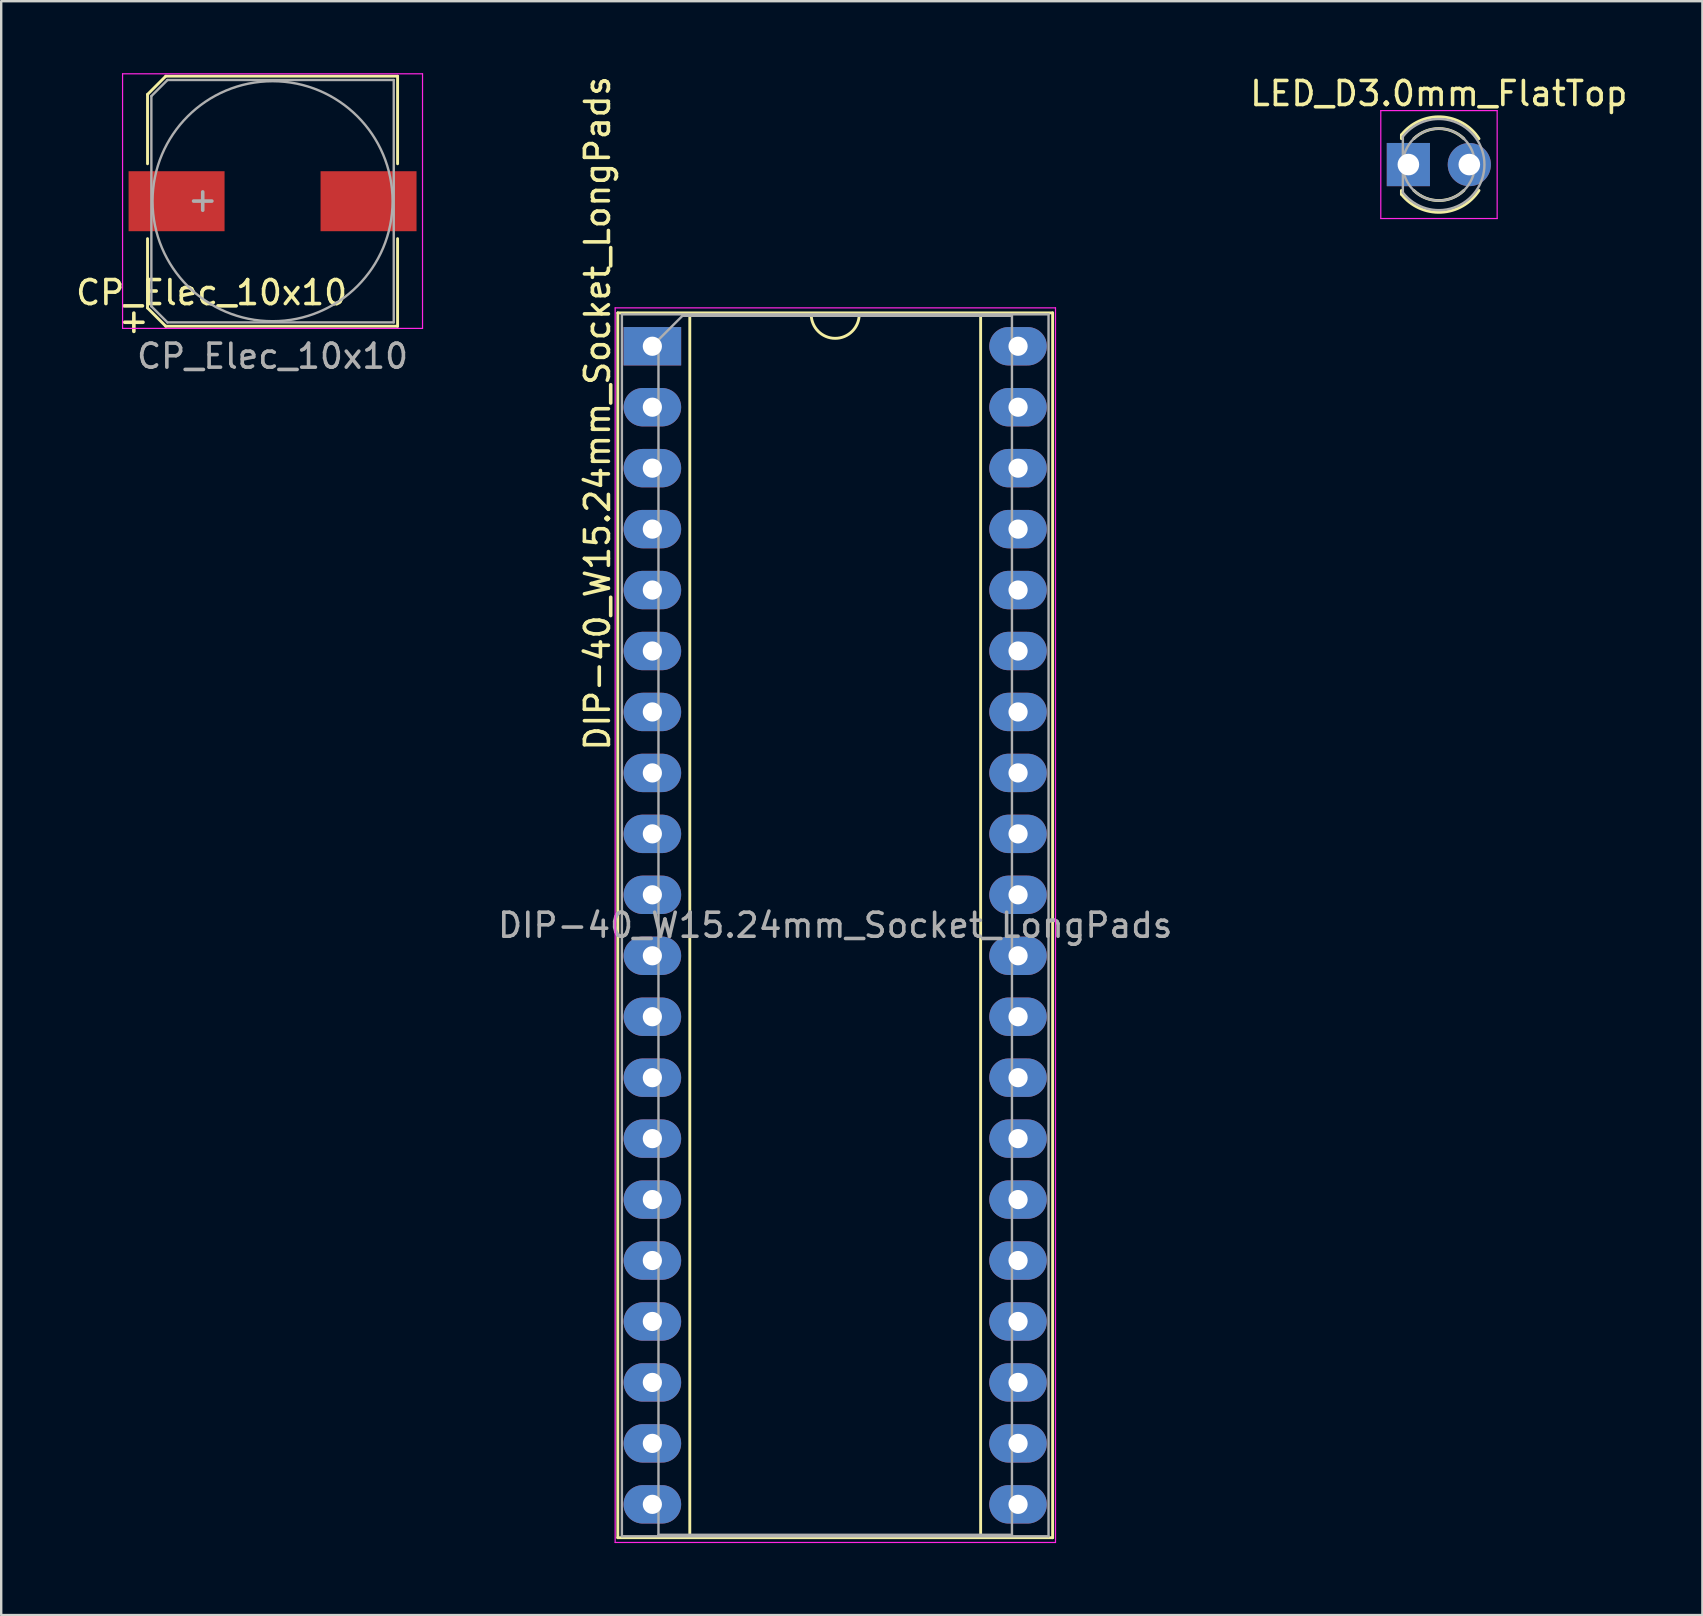
<source format=kicad_pcb>
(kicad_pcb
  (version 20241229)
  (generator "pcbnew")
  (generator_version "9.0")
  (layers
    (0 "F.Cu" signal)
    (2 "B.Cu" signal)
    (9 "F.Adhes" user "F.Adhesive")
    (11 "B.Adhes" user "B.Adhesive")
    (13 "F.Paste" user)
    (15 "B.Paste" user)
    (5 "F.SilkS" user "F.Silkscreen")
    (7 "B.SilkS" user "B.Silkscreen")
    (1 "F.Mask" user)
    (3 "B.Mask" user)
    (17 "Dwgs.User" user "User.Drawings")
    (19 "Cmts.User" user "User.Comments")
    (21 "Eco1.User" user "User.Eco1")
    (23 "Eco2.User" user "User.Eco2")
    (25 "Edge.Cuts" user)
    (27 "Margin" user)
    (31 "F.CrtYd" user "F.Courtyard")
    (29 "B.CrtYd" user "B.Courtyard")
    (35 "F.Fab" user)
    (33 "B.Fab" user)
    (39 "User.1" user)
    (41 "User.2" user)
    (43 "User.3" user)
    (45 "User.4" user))
  (footprint "DIP-40_W15.24mm_Socket_LongPads"
    (layer "F.Cu")
    (at 24.135 11.379)
    (property "Reference" "DIP-40_W15.24mm_Socket_LongPads" (at -2.286 2.794 90) (layer "F.SilkS") (effects (font (size 1 1) (thickness 0.15))))
    (attr through_hole)
    (fp_line (start -1.44 -1.39) (end -1.44 49.65) (stroke (width 0.12) (type solid)) (layer "F.SilkS"))
    (fp_line (start -1.44 49.65) (end 16.68 49.65) (stroke (width 0.12) (type solid)) (layer "F.SilkS"))
    (fp_line (start 1.56 -1.33) (end 1.56 49.59) (stroke (width 0.12) (type solid)) (layer "F.SilkS"))
    (fp_line (start 1.56 49.59) (end 13.68 49.59) (stroke (width 0.12) (type solid)) (layer "F.SilkS"))
    (fp_line (start 6.62 -1.33) (end 1.56 -1.33) (stroke (width 0.12) (type solid)) (layer "F.SilkS"))
    (fp_line (start 13.68 -1.33) (end 8.62 -1.33) (stroke (width 0.12) (type solid)) (layer "F.SilkS"))
    (fp_line (start 13.68 49.59) (end 13.68 -1.33) (stroke (width 0.12) (type solid)) (layer "F.SilkS"))
    (fp_line (start 16.68 -1.39) (end -1.44 -1.39) (stroke (width 0.12) (type solid)) (layer "F.SilkS"))
    (fp_line (start 16.68 49.65) (end 16.68 -1.39) (stroke (width 0.12) (type solid)) (layer "F.SilkS"))
    (fp_arc (start 8.62 -1.33) (mid 7.62 -0.33) (end 6.62 -1.33) (stroke (width 0.12) (type solid)) (layer "F.SilkS"))
    (fp_line (start -1.55 -1.6) (end -1.55 49.85) (stroke (width 0.05) (type solid)) (layer "F.CrtYd"))
    (fp_line (start -1.55 49.85) (end 16.8 49.85) (stroke (width 0.05) (type solid)) (layer "F.CrtYd"))
    (fp_line (start 16.8 -1.6) (end -1.55 -1.6) (stroke (width 0.05) (type solid)) (layer "F.CrtYd"))
    (fp_line (start 16.8 49.85) (end 16.8 -1.6) (stroke (width 0.05) (type solid)) (layer "F.CrtYd"))
    (fp_line (start -1.27 -1.33) (end -1.27 49.59) (stroke (width 0.1) (type solid)) (layer "F.Fab"))
    (fp_line (start -1.27 49.59) (end 16.51 49.59) (stroke (width 0.1) (type solid)) (layer "F.Fab"))
    (fp_line (start 0.255 -0.27) (end 1.255 -1.27) (stroke (width 0.1) (type solid)) (layer "F.Fab"))
    (fp_line (start 0.255 49.53) (end 0.255 -0.27) (stroke (width 0.1) (type solid)) (layer "F.Fab"))
    (fp_line (start 1.255 -1.27) (end 14.985 -1.27) (stroke (width 0.1) (type solid)) (layer "F.Fab"))
    (fp_line (start 14.985 -1.27) (end 14.985 49.53) (stroke (width 0.1) (type solid)) (layer "F.Fab"))
    (fp_line (start 14.985 49.53) (end 0.255 49.53) (stroke (width 0.1) (type solid)) (layer "F.Fab"))
    (fp_line (start 16.51 -1.33) (end -1.27 -1.33) (stroke (width 0.1) (type solid)) (layer "F.Fab"))
    (fp_line (start 16.51 49.59) (end 16.51 -1.33) (stroke (width 0.1) (type solid)) (layer "F.Fab"))
    (fp_text user "${REFERENCE}" (at 7.62 24.13 0) (layer "F.Fab") (effects (font (size 1 1) (thickness 0.15))))
    (pad "1" thru_hole rect (at 0 0) (size 2.4 1.6) (drill 0.8) (layers "*.Cu" "*.Mask"))
    (pad "2" thru_hole oval (at 0 2.54) (size 2.4 1.6) (drill 0.8) (layers "*.Cu" "*.Mask"))
    (pad "3" thru_hole oval (at 0 5.08) (size 2.4 1.6) (drill 0.8) (layers "*.Cu" "*.Mask"))
    (pad "4" thru_hole oval (at 0 7.62) (size 2.4 1.6) (drill 0.8) (layers "*.Cu" "*.Mask"))
    (pad "5" thru_hole oval (at 0 10.16) (size 2.4 1.6) (drill 0.8) (layers "*.Cu" "*.Mask"))
    (pad "6" thru_hole oval (at 0 12.7) (size 2.4 1.6) (drill 0.8) (layers "*.Cu" "*.Mask"))
    (pad "7" thru_hole oval (at 0 15.24) (size 2.4 1.6) (drill 0.8) (layers "*.Cu" "*.Mask"))
    (pad "8" thru_hole oval (at 0 17.78) (size 2.4 1.6) (drill 0.8) (layers "*.Cu" "*.Mask"))
    (pad "9" thru_hole oval (at 0 20.32) (size 2.4 1.6) (drill 0.8) (layers "*.Cu" "*.Mask"))
    (pad "10" thru_hole oval (at 0 22.86) (size 2.4 1.6) (drill 0.8) (layers "*.Cu" "*.Mask"))
    (pad "11" thru_hole oval (at 0 25.4) (size 2.4 1.6) (drill 0.8) (layers "*.Cu" "*.Mask"))
    (pad "12" thru_hole oval (at 0 27.94) (size 2.4 1.6) (drill 0.8) (layers "*.Cu" "*.Mask"))
    (pad "13" thru_hole oval (at 0 30.48) (size 2.4 1.6) (drill 0.8) (layers "*.Cu" "*.Mask"))
    (pad "14" thru_hole oval (at 0 33.02) (size 2.4 1.6) (drill 0.8) (layers "*.Cu" "*.Mask"))
    (pad "15" thru_hole oval (at 0 35.56) (size 2.4 1.6) (drill 0.8) (layers "*.Cu" "*.Mask"))
    (pad "16" thru_hole oval (at 0 38.1) (size 2.4 1.6) (drill 0.8) (layers "*.Cu" "*.Mask"))
    (pad "17" thru_hole oval (at 0 40.64) (size 2.4 1.6) (drill 0.8) (layers "*.Cu" "*.Mask"))
    (pad "18" thru_hole oval (at 0 43.18) (size 2.4 1.6) (drill 0.8) (layers "*.Cu" "*.Mask"))
    (pad "19" thru_hole oval (at 0 45.72) (size 2.4 1.6) (drill 0.8) (layers "*.Cu" "*.Mask"))
    (pad "20" thru_hole oval (at 0 48.26) (size 2.4 1.6) (drill 0.8) (layers "*.Cu" "*.Mask"))
    (pad "21" thru_hole oval (at 15.24 48.26) (size 2.4 1.6) (drill 0.8) (layers "*.Cu" "*.Mask"))
    (pad "22" thru_hole oval (at 15.24 45.72) (size 2.4 1.6) (drill 0.8) (layers "*.Cu" "*.Mask"))
    (pad "23" thru_hole oval (at 15.24 43.18) (size 2.4 1.6) (drill 0.8) (layers "*.Cu" "*.Mask"))
    (pad "24" thru_hole oval (at 15.24 40.64) (size 2.4 1.6) (drill 0.8) (layers "*.Cu" "*.Mask"))
    (pad "25" thru_hole oval (at 15.24 38.1) (size 2.4 1.6) (drill 0.8) (layers "*.Cu" "*.Mask"))
    (pad "26" thru_hole oval (at 15.24 35.56) (size 2.4 1.6) (drill 0.8) (layers "*.Cu" "*.Mask"))
    (pad "27" thru_hole oval (at 15.24 33.02) (size 2.4 1.6) (drill 0.8) (layers "*.Cu" "*.Mask"))
    (pad "28" thru_hole oval (at 15.24 30.48) (size 2.4 1.6) (drill 0.8) (layers "*.Cu" "*.Mask"))
    (pad "29" thru_hole oval (at 15.24 27.94) (size 2.4 1.6) (drill 0.8) (layers "*.Cu" "*.Mask"))
    (pad "30" thru_hole oval (at 15.24 25.4) (size 2.4 1.6) (drill 0.8) (layers "*.Cu" "*.Mask"))
    (pad "31" thru_hole oval (at 15.24 22.86) (size 2.4 1.6) (drill 0.8) (layers "*.Cu" "*.Mask"))
    (pad "32" thru_hole oval (at 15.24 20.32) (size 2.4 1.6) (drill 0.8) (layers "*.Cu" "*.Mask"))
    (pad "33" thru_hole oval (at 15.24 17.78) (size 2.4 1.6) (drill 0.8) (layers "*.Cu" "*.Mask"))
    (pad "34" thru_hole oval (at 15.24 15.24) (size 2.4 1.6) (drill 0.8) (layers "*.Cu" "*.Mask"))
    (pad "35" thru_hole oval (at 15.24 12.7) (size 2.4 1.6) (drill 0.8) (layers "*.Cu" "*.Mask"))
    (pad "36" thru_hole oval (at 15.24 10.16) (size 2.4 1.6) (drill 0.8) (layers "*.Cu" "*.Mask"))
    (pad "37" thru_hole oval (at 15.24 7.62) (size 2.4 1.6) (drill 0.8) (layers "*.Cu" "*.Mask"))
    (pad "38" thru_hole oval (at 15.24 5.08) (size 2.4 1.6) (drill 0.8) (layers "*.Cu" "*.Mask"))
    (pad "39" thru_hole oval (at 15.24 2.54) (size 2.4 1.6) (drill 0.8) (layers "*.Cu" "*.Mask"))
    (pad "40" thru_hole oval (at 15.24 0) (size 2.4 1.6) (drill 0.8) (layers "*.Cu" "*.Mask")))
  (footprint "CP_Elec_10x10"
    (layer "F.Cu")
    (at 8.308 5.335)
    (property "Reference" "CP_Elec_10x10" (at -2.54 3.81 0) (layer "F.SilkS") (effects (font (size 1 1) (thickness 0.15))))
    (attr smd)
    (fp_line (start -5.21 -4.45) (end -5.21 -1.56) (stroke (width 0.12) (type solid)) (layer "F.SilkS"))
    (fp_line (start -5.21 -4.45) (end -4.45 -5.21) (stroke (width 0.12) (type solid)) (layer "F.SilkS"))
    (fp_line (start -5.21 4.45) (end -5.21 1.56) (stroke (width 0.12) (type solid)) (layer "F.SilkS"))
    (fp_line (start -4.45 -5.21) (end 5.21 -5.21) (stroke (width 0.12) (type solid)) (layer "F.SilkS"))
    (fp_line (start -4.45 5.21) (end -5.21 4.45) (stroke (width 0.12) (type solid)) (layer "F.SilkS"))
    (fp_line (start 5.21 -5.21) (end 5.21 -1.56) (stroke (width 0.12) (type solid)) (layer "F.SilkS"))
    (fp_line (start 5.21 5.21) (end -4.45 5.21) (stroke (width 0.12) (type solid)) (layer "F.SilkS"))
    (fp_line (start 5.21 5.21) (end 5.21 1.56) (stroke (width 0.12) (type solid)) (layer "F.SilkS"))
    (fp_line (start -6.25 -5.31) (end -6.25 5.3) (stroke (width 0.05) (type solid)) (layer "F.CrtYd"))
    (fp_line (start -6.25 -5.31) (end 6.25 -5.31) (stroke (width 0.05) (type solid)) (layer "F.CrtYd"))
    (fp_line (start 6.25 5.3) (end -6.25 5.3) (stroke (width 0.05) (type solid)) (layer "F.CrtYd"))
    (fp_line (start 6.25 5.3) (end 6.25 -5.31) (stroke (width 0.05) (type solid)) (layer "F.CrtYd"))
    (fp_line (start -5.05 -4.38) (end -5.05 4.38) (stroke (width 0.1) (type solid)) (layer "F.Fab"))
    (fp_line (start -5.05 4.38) (end -4.38 5.05) (stroke (width 0.1) (type solid)) (layer "F.Fab"))
    (fp_line (start -4.38 -5.05) (end -5.05 -4.38) (stroke (width 0.1) (type solid)) (layer "F.Fab"))
    (fp_line (start -4.38 5.05) (end 5.05 5.05) (stroke (width 0.1) (type solid)) (layer "F.Fab"))
    (fp_line (start 5.05 -5.05) (end -4.38 -5.05) (stroke (width 0.1) (type solid)) (layer "F.Fab"))
    (fp_line (start 5.05 5.05) (end 5.05 -5.05) (stroke (width 0.1) (type solid)) (layer "F.Fab"))
    (fp_circle (center 0 0) (end 0.1 5) (stroke (width 0.1) (type solid)) (fill no) (layer "F.Fab"))
    (fp_text user "+" (at -5.78 4.97 0) (layer "F.SilkS") (effects (font (size 1 1) (thickness 0.15))))
    (fp_text user "+" (at -2.91 -0.08 0) (layer "F.Fab") (effects (font (size 1 1) (thickness 0.15))))
    (fp_text user "${REFERENCE}" (at 0 6.46 0) (layer "F.Fab") (effects (font (size 1 1) (thickness 0.15))))
    (pad "1" smd rect (at -4 0 180) (size 4 2.5) (layers "F.Cu" "F.Mask" "F.Paste"))
    (pad "2" smd rect (at 4 0 180) (size 4 2.5) (layers "F.Cu" "F.Mask" "F.Paste")))
  (footprint "LED_D3.0mm_FlatTop"
    (layer "F.Cu")
    (at 55.64 3.808)
    (property "Reference" "LED_D3.0mm_FlatTop" (at 1.27 -2.96 0) (layer "F.SilkS") (effects (font (size 1 1) (thickness 0.15))))
    (attr through_hole)
    (fp_line (start -0.29 -1.236) (end -0.29 -1.08) (stroke (width 0.12) (type solid)) (layer "F.SilkS"))
    (fp_line (start -0.29 1.08) (end -0.29 1.236) (stroke (width 0.12) (type solid)) (layer "F.SilkS"))
    (fp_arc (start -0.29 -1.235516) (mid 1.366487 -1.987659) (end 2.942335 -1.078608) (stroke (width 0.12) (type solid)) (layer "F.SilkS"))
    (fp_arc (start 0.229039 -1.08) (mid 1.270117 -1.5) (end 2.31113 -1.079837) (stroke (width 0.12) (type solid)) (layer "F.SilkS"))
    (fp_arc (start 2.31113 1.079837) (mid 1.270117 1.5) (end 0.229039 1.08) (stroke (width 0.12) (type solid)) (layer "F.SilkS"))
    (fp_arc (start 2.942335 1.078608) (mid 1.366487 1.987659) (end -0.29 1.235516) (stroke (width 0.12) (type solid)) (layer "F.SilkS"))
    (fp_line (start -1.15 -2.25) (end -1.15 2.25) (stroke (width 0.05) (type solid)) (layer "F.CrtYd"))
    (fp_line (start -1.15 2.25) (end 3.7 2.25) (stroke (width 0.05) (type solid)) (layer "F.CrtYd"))
    (fp_line (start 3.7 -2.25) (end -1.15 -2.25) (stroke (width 0.05) (type solid)) (layer "F.CrtYd"))
    (fp_line (start 3.7 2.25) (end 3.7 -2.25) (stroke (width 0.05) (type solid)) (layer "F.CrtYd"))
    (fp_line (start -0.23 -1.166) (end -0.23 1.166) (stroke (width 0.1) (type solid)) (layer "F.Fab"))
    (fp_arc (start -0.23 -1.16619) (mid 3.17 0.000452) (end -0.230555 1.165476) (stroke (width 0.1) (type solid)) (layer "F.Fab"))
    (fp_circle (center 1.27 0) (end 2.77 0) (stroke (width 0.1) (type solid)) (fill no) (layer "F.Fab"))
    (pad "1" thru_hole rect (at 0 0) (size 1.8 1.8) (drill 0.9) (layers "*.Cu" "*.Mask"))
    (pad "2" thru_hole circle (at 2.54 0) (size 1.8 1.8) (drill 0.9) (layers "*.Cu" "*.Mask")))
  (gr_rect
    (start -3 -3)
    (end 67.892 64.254)
    (stroke (width 0.1) (type default))
    (fill no)
    (layer "Edge.Cuts")))
</source>
